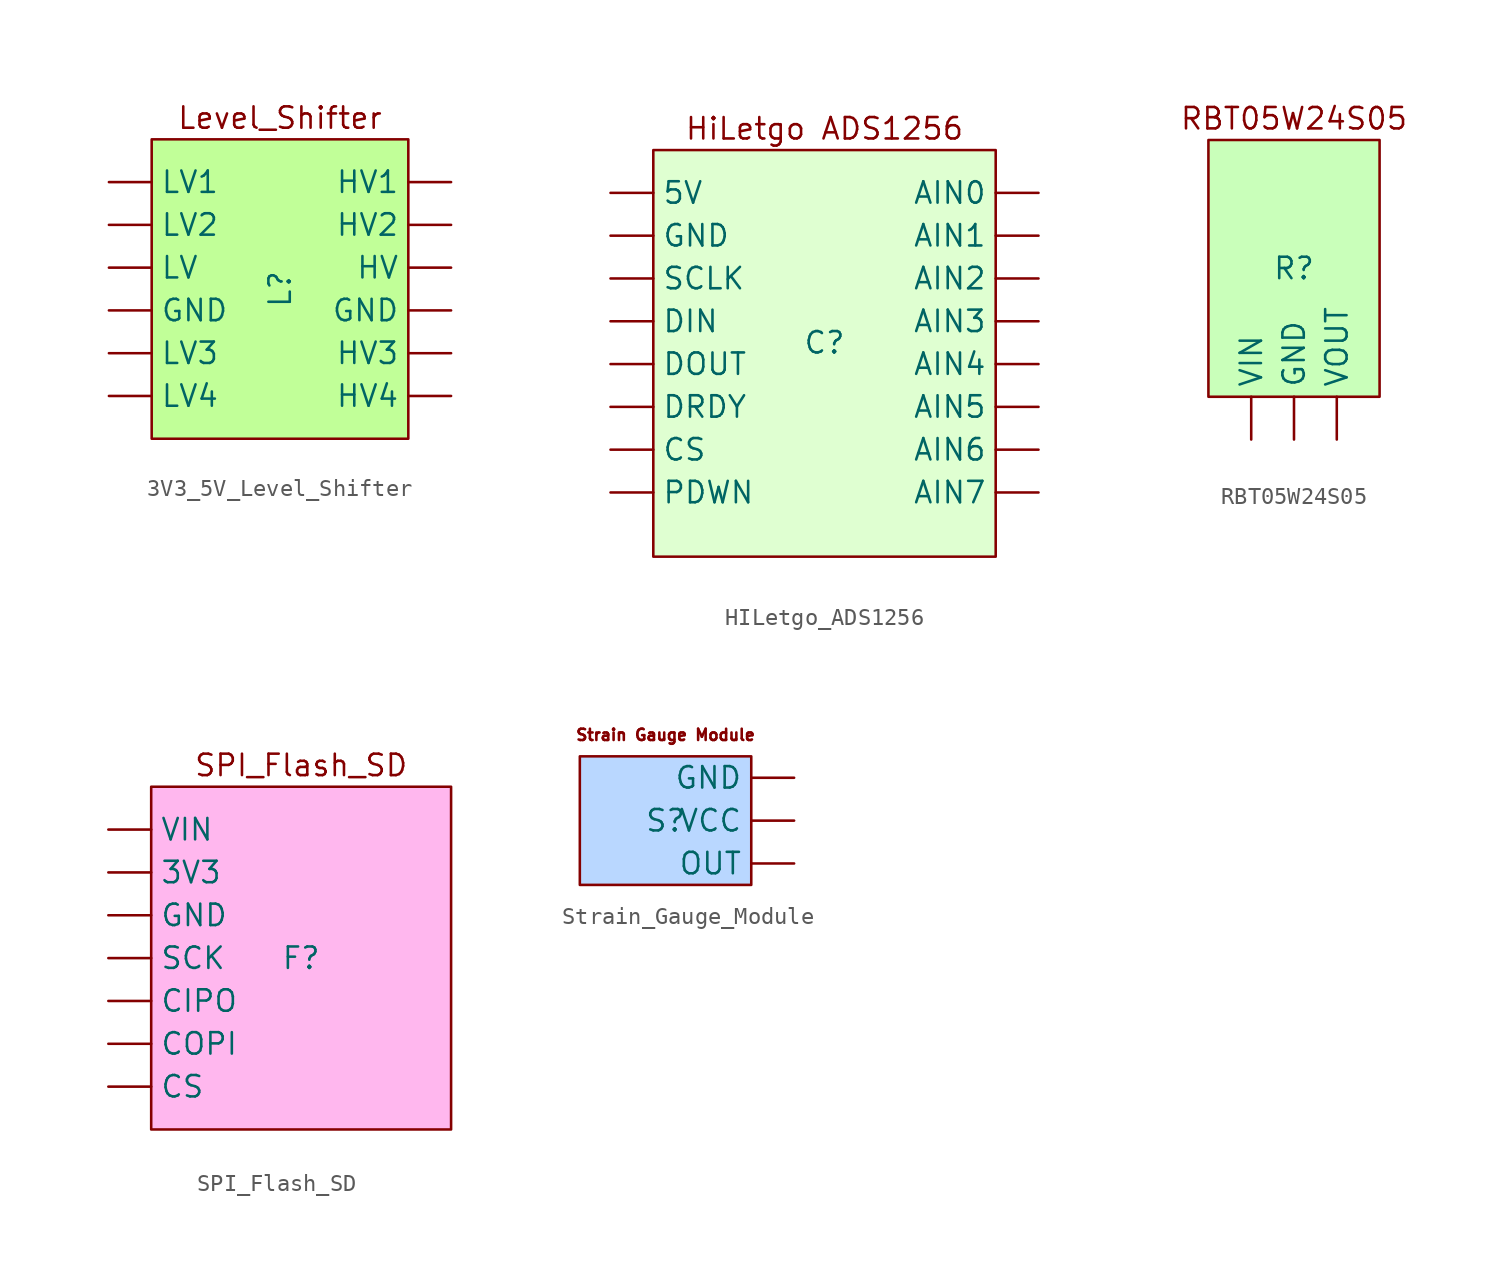
<source format=kicad_sym>
(kicad_symbol_lib
  (version 20241209)
  (generator "kicad_symbol_editor")
  (generator_version "9.0")
  (symbol "3V3_5V_Level_Shifter"
    (property "Reference" "L"
      (at 0 0 90)
      (effects (font (size 1.27 1.27))))
    (property "Value" ""
      (at 0 0 0)
      (effects (font (size 1.27 1.27))))
    (symbol "3V3_5V_Level_Shifter_0_1"
      (rectangle (start -7.62 8.89) (end 7.62 -8.89) (stroke (width 0) (type default)) (fill (type color) (color 193 255 152 1))))
    (symbol "3V3_5V_Level_Shifter_1_1"
      (text "Level_Shifter" (at 0 10.16 0) (effects (font (size 1.27 1.27))))
      (pin input line (at -10.16 6.35 0) (length 2.54) (name "LV1" (effects (font (size 1.27 1.27)))) (number "" (effects (font (size 1.27 1.27)))))
      (pin input line (at -10.16 3.81 0) (length 2.54) (name "LV2" (effects (font (size 1.27 1.27)))) (number "" (effects (font (size 1.27 1.27)))))
      (pin power_in line (at -10.16 1.27 0) (length 2.54) (name "LV" (effects (font (size 1.27 1.27)))) (number "" (effects (font (size 1.27 1.27)))))
      (pin power_in line (at -10.16 -1.27 0) (length 2.54) (name "GND" (effects (font (size 1.27 1.27)))) (number "" (effects (font (size 1.27 1.27)))))
      (pin input line (at -10.16 -3.81 0) (length 2.54) (name "LV3" (effects (font (size 1.27 1.27)))) (number "" (effects (font (size 1.27 1.27)))))
      (pin input line (at -10.16 -6.35 0) (length 2.54) (name "LV4" (effects (font (size 1.27 1.27)))) (number "" (effects (font (size 1.27 1.27)))))
      (pin input line (at 10.16 6.35 180) (length 2.54) (name "HV1" (effects (font (size 1.27 1.27)))) (number "" (effects (font (size 1.27 1.27)))))
      (pin input line (at 10.16 3.81 180) (length 2.54) (name "HV2" (effects (font (size 1.27 1.27)))) (number "" (effects (font (size 1.27 1.27)))))
      (pin power_in line (at 10.16 1.27 180) (length 2.54) (name "HV" (effects (font (size 1.27 1.27)))) (number "" (effects (font (size 1.27 1.27)))))
      (pin power_in line (at 10.16 -1.27 180) (length 2.54) (name "GND" (effects (font (size 1.27 1.27)))) (number "" (effects (font (size 1.27 1.27)))))
      (pin input line (at 10.16 -3.81 180) (length 2.54) (name "HV3" (effects (font (size 1.27 1.27)))) (number "" (effects (font (size 1.27 1.27)))))
      (pin input line (at 10.16 -6.35 180) (length 2.54) (name "HV4" (effects (font (size 1.27 1.27)))) (number "" (effects (font (size 1.27 1.27)))))))
  (symbol "HILetgo_ADS1256"
    (property "Reference" "C"
      (at 0 0 0)
      (effects (font (size 1.27 1.27))))
    (property "Value" ""
      (at 0 0 0)
      (effects (font (size 1.27 1.27))))
    (symbol "HILetgo_ADS1256_0_1"
      (rectangle (start -10.16 11.43) (end 10.16 -12.7) (stroke (width 0) (type default)) (fill (type color) (color 223 255 209 1))))
    (symbol "HILetgo_ADS1256_1_1"
      (text "HiLetgo ADS1256" (at 0 12.7 0) (effects (font (size 1.27 1.27))))
      (pin power_in line (at -12.7 8.89 0) (length 2.54) (name "5V" (effects (font (size 1.27 1.27)))) (number "" (effects (font (size 1.27 1.27)))))
      (pin power_in line (at -12.7 6.35 0) (length 2.54) (name "GND" (effects (font (size 1.27 1.27)))) (number "" (effects (font (size 1.27 1.27)))))
      (pin bidirectional line (at -12.7 3.81 0) (length 2.54) (name "SCLK" (effects (font (size 1.27 1.27)))) (number "" (effects (font (size 1.27 1.27)))))
      (pin input line (at -12.7 1.27 0) (length 2.54) (name "DIN" (effects (font (size 1.27 1.27)))) (number "" (effects (font (size 1.27 1.27)))))
      (pin output line (at -12.7 -1.27 0) (length 2.54) (name "DOUT" (effects (font (size 1.27 1.27)))) (number "" (effects (font (size 1.27 1.27)))))
      (pin output line (at -12.7 -3.81 0) (length 2.54) (name "DRDY" (effects (font (size 1.27 1.27)))) (number "" (effects (font (size 1.27 1.27)))))
      (pin bidirectional line (at -12.7 -6.35 0) (length 2.54) (name "CS" (effects (font (size 1.27 1.27)))) (number "" (effects (font (size 1.27 1.27)))))
      (pin bidirectional line (at -12.7 -8.89 0) (length 2.54) (name "PDWN" (effects (font (size 1.27 1.27)))) (number "" (effects (font (size 1.27 1.27)))))
      (pin input line (at 12.7 8.89 180) (length 2.54) (name "AIN0" (effects (font (size 1.27 1.27)))) (number "" (effects (font (size 1.27 1.27)))))
      (pin input line (at 12.7 6.35 180) (length 2.54) (name "AIN1" (effects (font (size 1.27 1.27)))) (number "" (effects (font (size 1.27 1.27)))))
      (pin input line (at 12.7 3.81 180) (length 2.54) (name "AIN2" (effects (font (size 1.27 1.27)))) (number "" (effects (font (size 1.27 1.27)))))
      (pin input line (at 12.7 1.27 180) (length 2.54) (name "AIN3" (effects (font (size 1.27 1.27)))) (number "" (effects (font (size 1.27 1.27)))))
      (pin input line (at 12.7 -1.27 180) (length 2.54) (name "AIN4" (effects (font (size 1.27 1.27)))) (number "" (effects (font (size 1.27 1.27)))))
      (pin input line (at 12.7 -3.81 180) (length 2.54) (name "AIN5" (effects (font (size 1.27 1.27)))) (number "" (effects (font (size 1.27 1.27)))))
      (pin input line (at 12.7 -6.35 180) (length 2.54) (name "AIN6" (effects (font (size 1.27 1.27)))) (number "" (effects (font (size 1.27 1.27)))))
      (pin input line (at 12.7 -8.89 180) (length 2.54) (name "AIN7" (effects (font (size 1.27 1.27)))) (number "" (effects (font (size 1.27 1.27)))))))
  (symbol "RBT05W24S05"
    (property "Reference" "R"
      (at 0 0 0)
      (effects (font (size 1.27 1.27))))
    (property "Value" ""
      (at 0 0 0)
      (effects (font (size 1.27 1.27))))
    (symbol "RBT05W24S05_0_1"
      (rectangle (start -5.08 7.62) (end 5.08 -7.62) (stroke (width 0) (type default)) (fill (type color) (color 201 255 186 1))))
    (symbol "RBT05W24S05_1_1"
      (text "RBT05W24S05" (at 0 8.89 0) (effects (font (size 1.27 1.27))))
      (pin power_in line (at -2.54 -10.16 90) (length 2.54) (name "VIN" (effects (font (size 1.27 1.27)))) (number "" (effects (font (size 1.27 1.27)))))
      (pin power_in line (at 0 -10.16 90) (length 2.54) (name "GND" (effects (font (size 1.27 1.27)))) (number "" (effects (font (size 1.27 1.27)))))
      (pin power_in line (at 2.54 -10.16 90) (length 2.54) (name "VOUT" (effects (font (size 1.27 1.27)))) (number "" (effects (font (size 1.27 1.27)))))))
  (symbol "SPI_Flash_SD"
    (property "Reference" "F"
      (at 0 0 0)
      (effects (font (size 1.27 1.27))))
    (property "Value" ""
      (at 0 0 0)
      (effects (font (size 1.27 1.27))))
    (symbol "SPI_Flash_SD_0_1"
      (rectangle (start -8.89 10.16) (end 8.89 -10.16) (stroke (width 0) (type default)) (fill (type color) (color 255 183 238 1))))
    (symbol "SPI_Flash_SD_1_1"
      (text "SPI_Flash_SD" (at 0 11.43 0) (effects (font (size 1.27 1.27))))
      (pin power_in line (at -11.43 7.62 0) (length 2.54) (name "VIN" (effects (font (size 1.27 1.27)))) (number "" (effects (font (size 1.27 1.27)))))
      (pin bidirectional line (at -11.43 5.08 0) (length 2.54) (name "3V3" (effects (font (size 1.27 1.27)))) (number "" (effects (font (size 1.27 1.27)))))
      (pin bidirectional line (at -11.43 2.54 0) (length 2.54) (name "GND" (effects (font (size 1.27 1.27)))) (number "" (effects (font (size 1.27 1.27)))))
      (pin power_in line (at -11.43 0 0) (length 2.54) (name "SCK" (effects (font (size 1.27 1.27)))) (number "" (effects (font (size 1.27 1.27)))))
      (pin bidirectional line (at -11.43 -2.54 0) (length 2.54) (name "CIPO" (effects (font (size 1.27 1.27)))) (number "" (effects (font (size 1.27 1.27)))))
      (pin bidirectional line (at -11.43 -5.08 0) (length 2.54) (name "COPI" (effects (font (size 1.27 1.27)))) (number "" (effects (font (size 1.27 1.27)))))
      (pin bidirectional line (at -11.43 -7.62 0) (length 2.54) (name "CS" (effects (font (size 1.27 1.27)))) (number "" (effects (font (size 1.27 1.27)))))))
  (symbol "Strain_Gauge_Module"
    (property "Reference" "S"
      (at 0 0 0)
      (effects (font (size 1.27 1.27))))
    (property "Value" ""
      (at 0 0 0)
      (effects (font (size 1.27 1.27))))
    (symbol "Strain_Gauge_Module_0_1"
      (rectangle (start -5.08 3.81) (end 5.08 -3.81) (stroke (width 0) (type default)) (fill (type color) (color 185 215 255 1))))
    (symbol "Strain_Gauge_Module_1_1"
      (text "Strain Gauge Module" (at 0 5.08 0) (effects (font (size 0.67 0.67))))
      (pin power_in line (at 7.62 2.54 180) (length 2.54) (name "GND" (effects (font (size 1.27 1.27)))) (number "" (effects (font (size 1.27 1.27)))))
      (pin power_in line (at 7.62 0 180) (length 2.54) (name "VCC" (effects (font (size 1.27 1.27)))) (number "" (effects (font (size 1.27 1.27)))))
      (pin output line (at 7.62 -2.54 180) (length 2.54) (name "OUT" (effects (font (size 1.27 1.27)))) (number "" (effects (font (size 1.27 1.27))))))))
</source>
